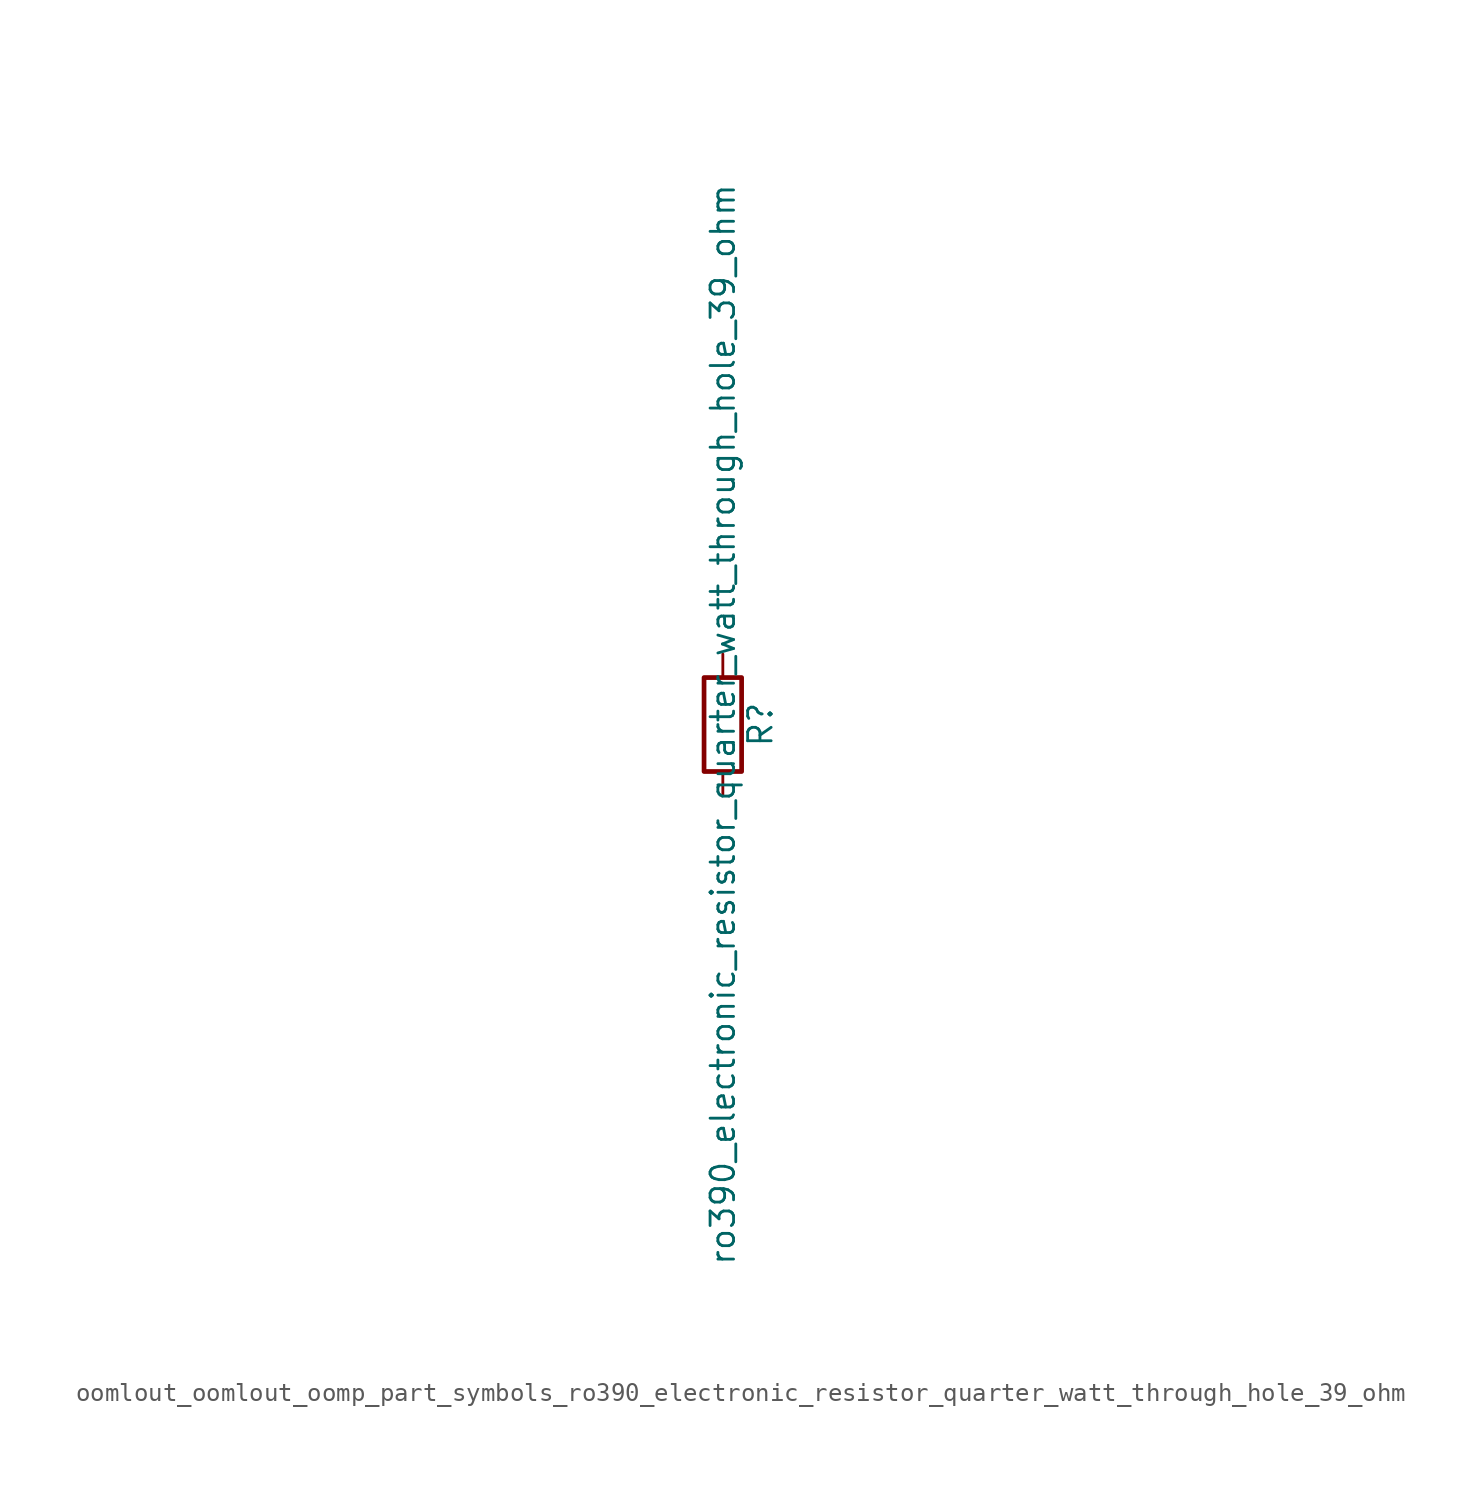
<source format=kicad_sym>
(kicad_symbol_lib
  (version 20220914)
  (generator kicad_symbol_editor)
  (symbol "oomlout_oomlout_oomp_part_symbols_ro390_electronic_resistor_quarter_watt_through_hole_39_ohm"
    (pin_numbers hide)
    (pin_names
      (offset 0))
    (property "Reference" "R"
      (at 2.032 0 90)
      (effects (font (size 1.27 1.27))))
    (property "Value" "ro390_electronic_resistor_quarter_watt_through_hole_39_ohm"
      (at 0 0 90)
      (effects (font (size 1.27 1.27))))
    (symbol "oomlout_oomlout_oomp_part_symbols_ro390_electronic_resistor_quarter_watt_through_hole_39_ohm_0_1"
      (rectangle (start -1.016 -2.54) (end 1.016 2.54) (stroke (width 0.254) (type default)) (fill (type none))))
    (symbol "oomlout_oomlout_oomp_part_symbols_ro390_electronic_resistor_quarter_watt_through_hole_39_ohm_1_1"
      (pin passive line (at 0 3.81 270) (length 1.27) (name "~" (effects (font (size 1.27 1.27)))) (number "1" (effects (font (size 1.27 1.27)))))
      (pin passive line (at 0 -3.81 90) (length 1.27) (name "~" (effects (font (size 1.27 1.27)))) (number "2" (effects (font (size 1.27 1.27))))))))
</source>
